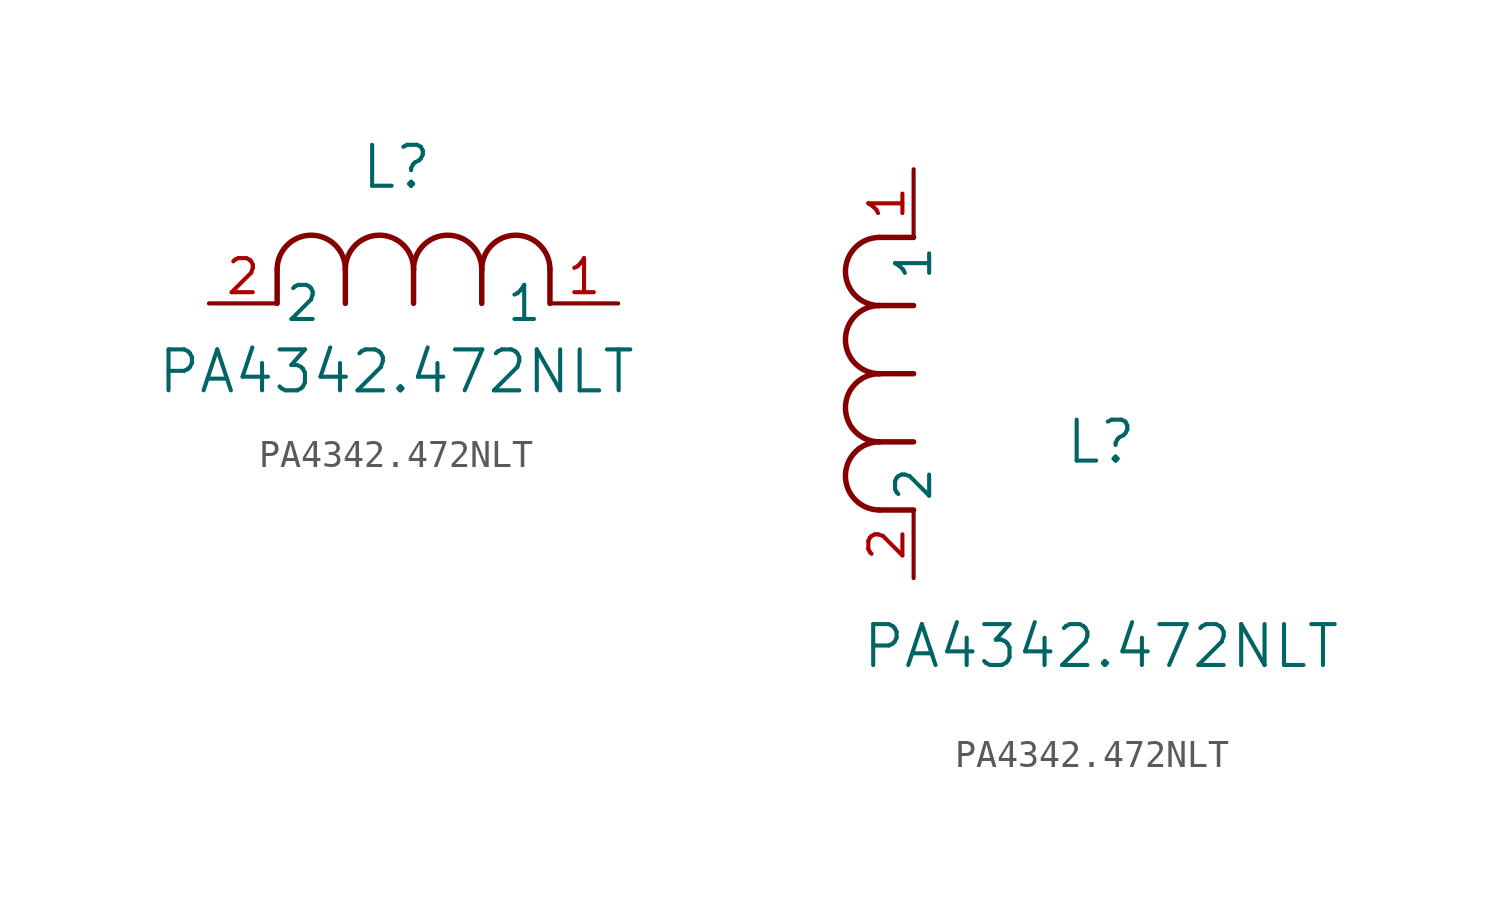
<source format=kicad_sym>
(kicad_symbol_lib
  (version 20220914)
  (generator kicad_symbol_editor)
  (symbol "PA4342.472NLT"
    (pin_names
      (offset 0.254))
    (property "Reference" "L"
      (at 6.985 5.08 0)
      (effects (font (size 1.524 1.524))))
    (property "Value" "PA4342.472NLT"
      (at 6.985 -2.54 0)
      (effects (font (size 1.524 1.524))))
    (property "ki_locked" ""
      (at 0 0 0)
      (effects (font (size 1.27 1.27))))
    (symbol "PA4342.472NLT_1_1"
      (polyline (pts (xy 2.54 0) (xy 2.54 1.27)) (stroke (width 0.203) (type default)) (fill (type none)))
      (polyline (pts (xy 5.08 0) (xy 5.08 1.27)) (stroke (width 0.203) (type default)) (fill (type none)))
      (polyline (pts (xy 7.62 0) (xy 7.62 1.27)) (stroke (width 0.203) (type default)) (fill (type none)))
      (polyline (pts (xy 10.16 0) (xy 10.16 1.27)) (stroke (width 0.203) (type default)) (fill (type none)))
      (polyline (pts (xy 12.7 0) (xy 12.7 1.27)) (stroke (width 0.203) (type default)) (fill (type none)))
      (arc (start 5.08 1.27) (mid 3.81 2.5345) (end 2.54 1.27) (stroke (width 0.2032) (type default)) (fill (type none)))
      (arc (start 7.62 1.27) (mid 6.35 2.5345) (end 5.08 1.27) (stroke (width 0.2032) (type default)) (fill (type none)))
      (arc (start 10.16 1.27) (mid 8.89 2.5345) (end 7.62 1.27) (stroke (width 0.2032) (type default)) (fill (type none)))
      (arc (start 12.7 1.27) (mid 11.43 2.5345) (end 10.16 1.27) (stroke (width 0.2032) (type default)) (fill (type none)))
      (pin passive line (at 15.24 0 180) (length 2.54) (name "1" (effects (font (size 1.27 1.27)))) (number "1" (effects (font (size 1.27 1.27)))))
      (pin passive line (at 0 0 0) (length 2.54) (name "2" (effects (font (size 1.27 1.27)))) (number "2" (effects (font (size 1.27 1.27))))))
    (symbol "PA4342.472NLT_1_2"
      (arc (start -1.27 5.08) (mid -2.5345 3.81) (end -1.27 2.54) (stroke (width 0.2032) (type default)) (fill (type none)))
      (arc (start -1.27 7.62) (mid -2.5345 6.35) (end -1.27 5.08) (stroke (width 0.2032) (type default)) (fill (type none)))
      (arc (start -1.27 10.16) (mid -2.5345 8.89) (end -1.27 7.62) (stroke (width 0.2032) (type default)) (fill (type none)))
      (arc (start -1.27 12.7) (mid -2.5345 11.43) (end -1.27 10.16) (stroke (width 0.2032) (type default)) (fill (type none)))
      (polyline (pts (xy 0 2.54) (xy -1.27 2.54)) (stroke (width 0.203) (type default)) (fill (type none)))
      (polyline (pts (xy 0 5.08) (xy -1.27 5.08)) (stroke (width 0.203) (type default)) (fill (type none)))
      (polyline (pts (xy 0 7.62) (xy -1.27 7.62)) (stroke (width 0.203) (type default)) (fill (type none)))
      (polyline (pts (xy 0 10.16) (xy -1.27 10.16)) (stroke (width 0.203) (type default)) (fill (type none)))
      (polyline (pts (xy 0 12.7) (xy -1.27 12.7)) (stroke (width 0.203) (type default)) (fill (type none)))
      (pin unspecified line (at 0 15.24 270) (length 2.54) (name "1" (effects (font (size 1.27 1.27)))) (number "1" (effects (font (size 1.27 1.27)))))
      (pin unspecified line (at 0 0 90) (length 2.54) (name "2" (effects (font (size 1.27 1.27)))) (number "2" (effects (font (size 1.27 1.27))))))))
</source>
